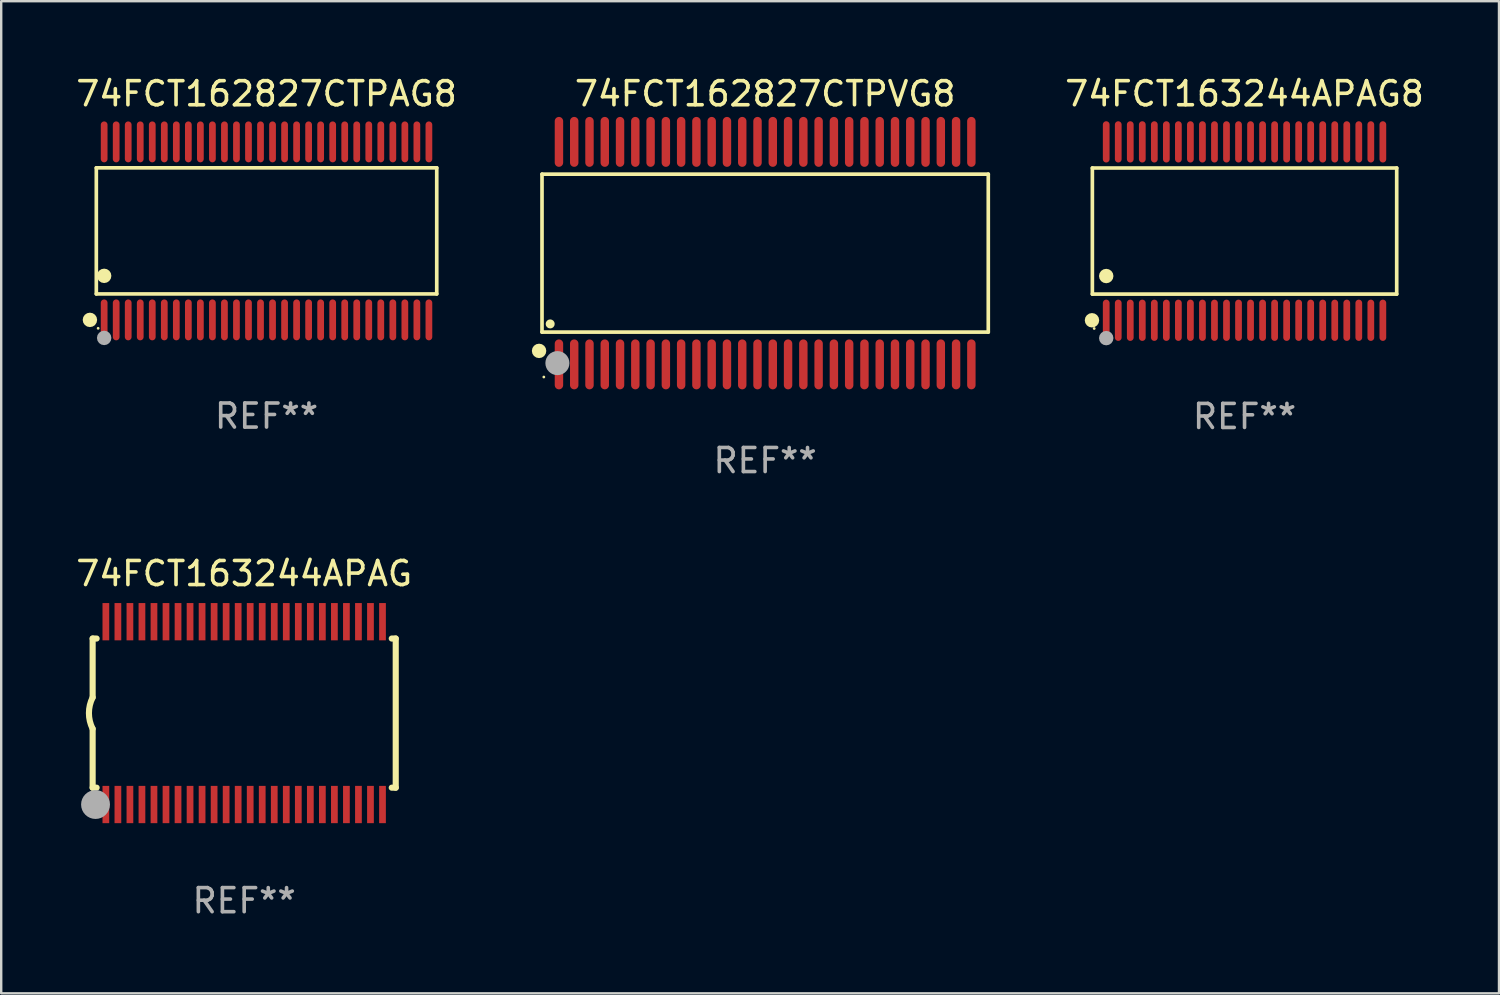
<source format=kicad_pcb>
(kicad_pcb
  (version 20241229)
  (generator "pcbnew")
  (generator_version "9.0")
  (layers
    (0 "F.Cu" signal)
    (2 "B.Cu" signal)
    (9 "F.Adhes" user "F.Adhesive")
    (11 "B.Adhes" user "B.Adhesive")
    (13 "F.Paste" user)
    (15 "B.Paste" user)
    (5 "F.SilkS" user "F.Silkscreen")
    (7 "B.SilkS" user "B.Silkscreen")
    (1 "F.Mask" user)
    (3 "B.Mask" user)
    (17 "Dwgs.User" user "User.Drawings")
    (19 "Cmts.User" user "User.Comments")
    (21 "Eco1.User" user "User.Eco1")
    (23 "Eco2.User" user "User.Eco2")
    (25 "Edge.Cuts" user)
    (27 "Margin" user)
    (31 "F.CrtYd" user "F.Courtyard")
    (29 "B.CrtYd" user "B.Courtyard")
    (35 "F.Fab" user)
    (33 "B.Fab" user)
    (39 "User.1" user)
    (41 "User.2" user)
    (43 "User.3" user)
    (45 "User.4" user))
  (footprint "74FCT163244APAG"
    (layer "F.Cu")
    (at 7.101 26.595)
    (property "Reference" "74FCT163244APAG" (at 0 -5.8 0) (layer "F.SilkS") (effects (font (size 1 1) (thickness 0.15))))
    (attr through_hole)
    (fp_line (start -6.3 -3.1) (end -6.3 -0.65) (stroke (width 0.254) (type solid)) (layer "F.SilkS"))
    (fp_line (start -6.3 -3.1) (end -6.134 -3.1) (stroke (width 0.254) (type solid)) (layer "F.SilkS"))
    (fp_line (start -6.3 3.1) (end -6.3 0.65) (stroke (width 0.254) (type solid)) (layer "F.SilkS"))
    (fp_line (start -6.3 3.1) (end -6.134 3.1) (stroke (width 0.254) (type solid)) (layer "F.SilkS"))
    (fp_line (start 6.134 -3.1) (end 6.3 -3.1) (stroke (width 0.254) (type solid)) (layer "F.SilkS"))
    (fp_line (start 6.134 3.1) (end 6.3 3.1) (stroke (width 0.254) (type solid)) (layer "F.SilkS"))
    (fp_line (start 6.3 -3.1) (end 6.3 3.1) (stroke (width 0.254) (type solid)) (layer "F.SilkS"))
    (fp_arc (start -6.301016 0.650114) (mid -6.45413 -0.000082) (end -6.3 -0.650038) (stroke (width 0.254001) (type solid)) (layer "F.SilkS"))
    (fp_circle (center -6.35 3.81) (end -6.223 3.81) (stroke (width 0.254) (type solid)) (fill no) (layer "F.SilkS"))
    (fp_circle (center -6.25 4.05) (end -6.22 4.05) (stroke (width 0.06) (type solid)) (fill no) (layer "F.SilkS"))
    (fp_circle (center -6.18 3.8) (end -5.88 3.8) (stroke (width 0.6) (type solid)) (fill no) (layer "F.Fab"))
    (fp_text user "REF**" (at 0 7.8 0) (layer "F.Fab") (effects (font (size 1 1) (thickness 0.15))))
    (pad "1" smd rect (at -5.75 3.8) (size 0.28 1.55) (layers "F.Cu" "F.Mask" "F.Paste"))
    (pad "2" smd rect (at -5.25 3.8) (size 0.28 1.55) (layers "F.Cu" "F.Mask" "F.Paste"))
    (pad "3" smd rect (at -4.75 3.8) (size 0.28 1.55) (layers "F.Cu" "F.Mask" "F.Paste"))
    (pad "4" smd rect (at -4.25 3.8) (size 0.28 1.55) (layers "F.Cu" "F.Mask" "F.Paste"))
    (pad "5" smd rect (at -3.75 3.8) (size 0.28 1.55) (layers "F.Cu" "F.Mask" "F.Paste"))
    (pad "6" smd rect (at -3.25 3.8) (size 0.28 1.55) (layers "F.Cu" "F.Mask" "F.Paste"))
    (pad "7" smd rect (at -2.75 3.8) (size 0.28 1.55) (layers "F.Cu" "F.Mask" "F.Paste"))
    (pad "8" smd rect (at -2.25 3.8) (size 0.28 1.55) (layers "F.Cu" "F.Mask" "F.Paste"))
    (pad "9" smd rect (at -1.75 3.8) (size 0.28 1.55) (layers "F.Cu" "F.Mask" "F.Paste"))
    (pad "10" smd rect (at -1.25 3.8) (size 0.28 1.55) (layers "F.Cu" "F.Mask" "F.Paste"))
    (pad "11" smd rect (at -0.75 3.8) (size 0.28 1.55) (layers "F.Cu" "F.Mask" "F.Paste"))
    (pad "12" smd rect (at -0.25 3.8) (size 0.28 1.55) (layers "F.Cu" "F.Mask" "F.Paste"))
    (pad "13" smd rect (at 0.25 3.8) (size 0.28 1.55) (layers "F.Cu" "F.Mask" "F.Paste"))
    (pad "14" smd rect (at 0.75 3.8) (size 0.28 1.55) (layers "F.Cu" "F.Mask" "F.Paste"))
    (pad "15" smd rect (at 1.25 3.8) (size 0.28 1.55) (layers "F.Cu" "F.Mask" "F.Paste"))
    (pad "16" smd rect (at 1.75 3.8) (size 0.28 1.55) (layers "F.Cu" "F.Mask" "F.Paste"))
    (pad "17" smd rect (at 2.25 3.8) (size 0.28 1.55) (layers "F.Cu" "F.Mask" "F.Paste"))
    (pad "18" smd rect (at 2.75 3.8) (size 0.28 1.55) (layers "F.Cu" "F.Mask" "F.Paste"))
    (pad "19" smd rect (at 3.25 3.8) (size 0.28 1.55) (layers "F.Cu" "F.Mask" "F.Paste"))
    (pad "20" smd rect (at 3.75 3.8) (size 0.28 1.55) (layers "F.Cu" "F.Mask" "F.Paste"))
    (pad "21" smd rect (at 4.25 3.8) (size 0.28 1.55) (layers "F.Cu" "F.Mask" "F.Paste"))
    (pad "22" smd rect (at 4.75 3.8) (size 0.28 1.55) (layers "F.Cu" "F.Mask" "F.Paste"))
    (pad "23" smd rect (at 5.25 3.8) (size 0.28 1.55) (layers "F.Cu" "F.Mask" "F.Paste"))
    (pad "24" smd rect (at 5.75 3.8) (size 0.28 1.55) (layers "F.Cu" "F.Mask" "F.Paste"))
    (pad "25" smd rect (at 5.75 -3.8) (size 0.28 1.55) (layers "F.Cu" "F.Mask" "F.Paste"))
    (pad "26" smd rect (at 5.25 -3.8) (size 0.28 1.55) (layers "F.Cu" "F.Mask" "F.Paste"))
    (pad "27" smd rect (at 4.75 -3.8) (size 0.28 1.55) (layers "F.Cu" "F.Mask" "F.Paste"))
    (pad "28" smd rect (at 4.25 -3.8) (size 0.28 1.55) (layers "F.Cu" "F.Mask" "F.Paste"))
    (pad "29" smd rect (at 3.75 -3.8) (size 0.28 1.55) (layers "F.Cu" "F.Mask" "F.Paste"))
    (pad "30" smd rect (at 3.25 -3.8) (size 0.28 1.55) (layers "F.Cu" "F.Mask" "F.Paste"))
    (pad "31" smd rect (at 2.75 -3.8) (size 0.28 1.55) (layers "F.Cu" "F.Mask" "F.Paste"))
    (pad "32" smd rect (at 2.25 -3.8) (size 0.28 1.55) (layers "F.Cu" "F.Mask" "F.Paste"))
    (pad "33" smd rect (at 1.75 -3.8) (size 0.28 1.55) (layers "F.Cu" "F.Mask" "F.Paste"))
    (pad "34" smd rect (at 1.25 -3.8) (size 0.28 1.55) (layers "F.Cu" "F.Mask" "F.Paste"))
    (pad "35" smd rect (at 0.75 -3.8) (size 0.28 1.55) (layers "F.Cu" "F.Mask" "F.Paste"))
    (pad "36" smd rect (at 0.25 -3.8) (size 0.28 1.55) (layers "F.Cu" "F.Mask" "F.Paste"))
    (pad "37" smd rect (at -0.25 -3.8) (size 0.28 1.55) (layers "F.Cu" "F.Mask" "F.Paste"))
    (pad "38" smd rect (at -0.75 -3.8) (size 0.28 1.55) (layers "F.Cu" "F.Mask" "F.Paste"))
    (pad "39" smd rect (at -1.25 -3.8) (size 0.28 1.55) (layers "F.Cu" "F.Mask" "F.Paste"))
    (pad "40" smd rect (at -1.75 -3.8) (size 0.28 1.55) (layers "F.Cu" "F.Mask" "F.Paste"))
    (pad "41" smd rect (at -2.25 -3.8) (size 0.28 1.55) (layers "F.Cu" "F.Mask" "F.Paste"))
    (pad "42" smd rect (at -2.75 -3.8) (size 0.28 1.55) (layers "F.Cu" "F.Mask" "F.Paste"))
    (pad "43" smd rect (at -3.25 -3.8) (size 0.28 1.55) (layers "F.Cu" "F.Mask" "F.Paste"))
    (pad "44" smd rect (at -3.75 -3.8) (size 0.28 1.55) (layers "F.Cu" "F.Mask" "F.Paste"))
    (pad "45" smd rect (at -4.25 -3.8) (size 0.28 1.55) (layers "F.Cu" "F.Mask" "F.Paste"))
    (pad "46" smd rect (at -4.75 -3.8) (size 0.28 1.55) (layers "F.Cu" "F.Mask" "F.Paste"))
    (pad "47" smd rect (at -5.25 -3.8) (size 0.28 1.55) (layers "F.Cu" "F.Mask" "F.Paste"))
    (pad "48" smd rect (at -5.75 -3.8) (size 0.28 1.55) (layers "F.Cu" "F.Mask" "F.Paste")))
  (footprint "74FCT162827CTPAG8"
    (layer "F.Cu")
    (at 8.03 6.548)
    (property "Reference" "74FCT162827CTPAG8" (at 0 -5.7 0) (layer "F.SilkS") (effects (font (size 1 1) (thickness 0.15))))
    (attr through_hole)
    (fp_line (start -7.076 -2.621) (end 7.076 -2.621) (stroke (width 0.152) (type solid)) (layer "F.SilkS"))
    (fp_line (start -7.076 2.621) (end -7.076 -2.621) (stroke (width 0.152) (type solid)) (layer "F.SilkS"))
    (fp_line (start 7.076 -2.621) (end 7.076 2.621) (stroke (width 0.152) (type solid)) (layer "F.SilkS"))
    (fp_line (start 7.076 2.621) (end -7.076 2.621) (stroke (width 0.152) (type solid)) (layer "F.SilkS"))
    (fp_circle (center -7.342 3.7) (end -7.192 3.7) (stroke (width 0.3) (type solid)) (fill no) (layer "F.SilkS"))
    (fp_circle (center -7 4.05) (end -6.97 4.05) (stroke (width 0.06) (type solid)) (fill no) (layer "F.SilkS"))
    (fp_circle (center -6.75 1.869) (end -6.6 1.869) (stroke (width 0.3) (type solid)) (fill no) (layer "F.SilkS"))
    (fp_circle (center -6.75 4.45) (end -6.6 4.45) (stroke (width 0.3) (type solid)) (fill no) (layer "F.Fab"))
    (fp_text user "REF**" (at 0 7.7 0) (layer "F.Fab") (effects (font (size 1 1) (thickness 0.15))))
    (pad "1" smd oval (at -6.75 3.7) (size 0.28 1.7) (layers "F.Cu" "F.Mask" "F.Paste"))
    (pad "2" smd oval (at -6.25 3.7) (size 0.28 1.7) (layers "F.Cu" "F.Mask" "F.Paste"))
    (pad "3" smd oval (at -5.75 3.7) (size 0.28 1.7) (layers "F.Cu" "F.Mask" "F.Paste"))
    (pad "4" smd oval (at -5.25 3.7) (size 0.28 1.7) (layers "F.Cu" "F.Mask" "F.Paste"))
    (pad "5" smd oval (at -4.75 3.7) (size 0.28 1.7) (layers "F.Cu" "F.Mask" "F.Paste"))
    (pad "6" smd oval (at -4.25 3.7) (size 0.28 1.7) (layers "F.Cu" "F.Mask" "F.Paste"))
    (pad "7" smd oval (at -3.75 3.7) (size 0.28 1.7) (layers "F.Cu" "F.Mask" "F.Paste"))
    (pad "8" smd oval (at -3.25 3.7) (size 0.28 1.7) (layers "F.Cu" "F.Mask" "F.Paste"))
    (pad "9" smd oval (at -2.75 3.7) (size 0.28 1.7) (layers "F.Cu" "F.Mask" "F.Paste"))
    (pad "10" smd oval (at -2.25 3.7) (size 0.28 1.7) (layers "F.Cu" "F.Mask" "F.Paste"))
    (pad "11" smd oval (at -1.75 3.7) (size 0.28 1.7) (layers "F.Cu" "F.Mask" "F.Paste"))
    (pad "12" smd oval (at -1.25 3.7) (size 0.28 1.7) (layers "F.Cu" "F.Mask" "F.Paste"))
    (pad "13" smd oval (at -0.75 3.7) (size 0.28 1.7) (layers "F.Cu" "F.Mask" "F.Paste"))
    (pad "14" smd oval (at -0.25 3.7) (size 0.28 1.7) (layers "F.Cu" "F.Mask" "F.Paste"))
    (pad "15" smd oval (at 0.25 3.7) (size 0.28 1.7) (layers "F.Cu" "F.Mask" "F.Paste"))
    (pad "16" smd oval (at 0.75 3.7) (size 0.28 1.7) (layers "F.Cu" "F.Mask" "F.Paste"))
    (pad "17" smd oval (at 1.25 3.7) (size 0.28 1.7) (layers "F.Cu" "F.Mask" "F.Paste"))
    (pad "18" smd oval (at 1.75 3.7) (size 0.28 1.7) (layers "F.Cu" "F.Mask" "F.Paste"))
    (pad "19" smd oval (at 2.25 3.7) (size 0.28 1.7) (layers "F.Cu" "F.Mask" "F.Paste"))
    (pad "20" smd oval (at 2.75 3.7) (size 0.28 1.7) (layers "F.Cu" "F.Mask" "F.Paste"))
    (pad "21" smd oval (at 3.25 3.7) (size 0.28 1.7) (layers "F.Cu" "F.Mask" "F.Paste"))
    (pad "22" smd oval (at 3.75 3.7) (size 0.28 1.7) (layers "F.Cu" "F.Mask" "F.Paste"))
    (pad "23" smd oval (at 4.25 3.7) (size 0.28 1.7) (layers "F.Cu" "F.Mask" "F.Paste"))
    (pad "24" smd oval (at 4.75 3.7) (size 0.28 1.7) (layers "F.Cu" "F.Mask" "F.Paste"))
    (pad "25" smd oval (at 5.25 3.7) (size 0.28 1.7) (layers "F.Cu" "F.Mask" "F.Paste"))
    (pad "26" smd oval (at 5.75 3.7) (size 0.28 1.7) (layers "F.Cu" "F.Mask" "F.Paste"))
    (pad "27" smd oval (at 6.25 3.7) (size 0.28 1.7) (layers "F.Cu" "F.Mask" "F.Paste"))
    (pad "28" smd oval (at 6.75 3.7) (size 0.28 1.7) (layers "F.Cu" "F.Mask" "F.Paste"))
    (pad "29" smd oval (at 6.75 -3.7) (size 0.28 1.7) (layers "F.Cu" "F.Mask" "F.Paste"))
    (pad "30" smd oval (at 6.25 -3.7) (size 0.28 1.7) (layers "F.Cu" "F.Mask" "F.Paste"))
    (pad "31" smd oval (at 5.75 -3.7) (size 0.28 1.7) (layers "F.Cu" "F.Mask" "F.Paste"))
    (pad "32" smd oval (at 5.25 -3.7) (size 0.28 1.7) (layers "F.Cu" "F.Mask" "F.Paste"))
    (pad "33" smd oval (at 4.75 -3.7) (size 0.28 1.7) (layers "F.Cu" "F.Mask" "F.Paste"))
    (pad "34" smd oval (at 4.25 -3.7) (size 0.28 1.7) (layers "F.Cu" "F.Mask" "F.Paste"))
    (pad "35" smd oval (at 3.75 -3.7) (size 0.28 1.7) (layers "F.Cu" "F.Mask" "F.Paste"))
    (pad "36" smd oval (at 3.25 -3.7) (size 0.28 1.7) (layers "F.Cu" "F.Mask" "F.Paste"))
    (pad "37" smd oval (at 2.75 -3.7) (size 0.28 1.7) (layers "F.Cu" "F.Mask" "F.Paste"))
    (pad "38" smd oval (at 2.25 -3.7) (size 0.28 1.7) (layers "F.Cu" "F.Mask" "F.Paste"))
    (pad "39" smd oval (at 1.75 -3.7) (size 0.28 1.7) (layers "F.Cu" "F.Mask" "F.Paste"))
    (pad "40" smd oval (at 1.25 -3.7) (size 0.28 1.7) (layers "F.Cu" "F.Mask" "F.Paste"))
    (pad "41" smd oval (at 0.75 -3.7) (size 0.28 1.7) (layers "F.Cu" "F.Mask" "F.Paste"))
    (pad "42" smd oval (at 0.25 -3.7) (size 0.28 1.7) (layers "F.Cu" "F.Mask" "F.Paste"))
    (pad "43" smd oval (at -0.25 -3.7) (size 0.28 1.7) (layers "F.Cu" "F.Mask" "F.Paste"))
    (pad "44" smd oval (at -0.75 -3.7) (size 0.28 1.7) (layers "F.Cu" "F.Mask" "F.Paste"))
    (pad "45" smd oval (at -1.25 -3.7) (size 0.28 1.7) (layers "F.Cu" "F.Mask" "F.Paste"))
    (pad "46" smd oval (at -1.75 -3.7) (size 0.28 1.7) (layers "F.Cu" "F.Mask" "F.Paste"))
    (pad "47" smd oval (at -2.25 -3.7) (size 0.28 1.7) (layers "F.Cu" "F.Mask" "F.Paste"))
    (pad "48" smd oval (at -2.75 -3.7) (size 0.28 1.7) (layers "F.Cu" "F.Mask" "F.Paste"))
    (pad "49" smd oval (at -3.25 -3.7) (size 0.28 1.7) (layers "F.Cu" "F.Mask" "F.Paste"))
    (pad "50" smd oval (at -3.75 -3.7) (size 0.28 1.7) (layers "F.Cu" "F.Mask" "F.Paste"))
    (pad "51" smd oval (at -4.25 -3.7) (size 0.28 1.7) (layers "F.Cu" "F.Mask" "F.Paste"))
    (pad "52" smd oval (at -4.75 -3.7) (size 0.28 1.7) (layers "F.Cu" "F.Mask" "F.Paste"))
    (pad "53" smd oval (at -5.25 -3.7) (size 0.28 1.7) (layers "F.Cu" "F.Mask" "F.Paste"))
    (pad "54" smd oval (at -5.75 -3.7) (size 0.28 1.7) (layers "F.Cu" "F.Mask" "F.Paste"))
    (pad "55" smd oval (at -6.25 -3.7) (size 0.28 1.7) (layers "F.Cu" "F.Mask" "F.Paste"))
    (pad "56" smd oval (at -6.75 -3.7) (size 0.28 1.7) (layers "F.Cu" "F.Mask" "F.Paste")))
  (footprint "74FCT163244APAG8"
    (layer "F.Cu")
    (at 48.687 6.556)
    (property "Reference" "74FCT163244APAG8" (at 0 -5.708 0) (layer "F.SilkS") (effects (font (size 1 1) (thickness 0.15))))
    (attr through_hole)
    (fp_line (start -6.326 -2.622) (end 6.326 -2.622) (stroke (width 0.152) (type solid)) (layer "F.SilkS"))
    (fp_line (start -6.326 2.621) (end -6.326 -2.622) (stroke (width 0.152) (type solid)) (layer "F.SilkS"))
    (fp_line (start 6.326 -2.622) (end 6.326 2.621) (stroke (width 0.152) (type solid)) (layer "F.SilkS"))
    (fp_line (start 6.326 2.621) (end -6.326 2.621) (stroke (width 0.152) (type solid)) (layer "F.SilkS"))
    (fp_circle (center -6.342 3.708) (end -6.192 3.708) (stroke (width 0.3) (type solid)) (fill no) (layer "F.SilkS"))
    (fp_circle (center -6.25 4.05) (end -6.22 4.05) (stroke (width 0.06) (type solid)) (fill no) (layer "F.SilkS"))
    (fp_circle (center -5.75 1.869) (end -5.6 1.869) (stroke (width 0.3) (type solid)) (fill no) (layer "F.SilkS"))
    (fp_circle (center -5.75 4.45) (end -5.6 4.45) (stroke (width 0.3) (type solid)) (fill no) (layer "F.Fab"))
    (fp_text user "REF**" (at 0 7.708 0) (layer "F.Fab") (effects (font (size 1 1) (thickness 0.15))))
    (pad "1" smd oval (at -5.75 3.708) (size 0.28 1.715) (layers "F.Cu" "F.Mask" "F.Paste"))
    (pad "2" smd oval (at -5.25 3.708) (size 0.28 1.715) (layers "F.Cu" "F.Mask" "F.Paste"))
    (pad "3" smd oval (at -4.75 3.708) (size 0.28 1.715) (layers "F.Cu" "F.Mask" "F.Paste"))
    (pad "4" smd oval (at -4.25 3.708) (size 0.28 1.715) (layers "F.Cu" "F.Mask" "F.Paste"))
    (pad "5" smd oval (at -3.75 3.708) (size 0.28 1.715) (layers "F.Cu" "F.Mask" "F.Paste"))
    (pad "6" smd oval (at -3.25 3.708) (size 0.28 1.715) (layers "F.Cu" "F.Mask" "F.Paste"))
    (pad "7" smd oval (at -2.75 3.708) (size 0.28 1.715) (layers "F.Cu" "F.Mask" "F.Paste"))
    (pad "8" smd oval (at -2.25 3.708) (size 0.28 1.715) (layers "F.Cu" "F.Mask" "F.Paste"))
    (pad "9" smd oval (at -1.75 3.708) (size 0.28 1.715) (layers "F.Cu" "F.Mask" "F.Paste"))
    (pad "10" smd oval (at -1.25 3.708) (size 0.28 1.715) (layers "F.Cu" "F.Mask" "F.Paste"))
    (pad "11" smd oval (at -0.75 3.708) (size 0.28 1.715) (layers "F.Cu" "F.Mask" "F.Paste"))
    (pad "12" smd oval (at -0.25 3.708) (size 0.28 1.715) (layers "F.Cu" "F.Mask" "F.Paste"))
    (pad "13" smd oval (at 0.25 3.708) (size 0.28 1.715) (layers "F.Cu" "F.Mask" "F.Paste"))
    (pad "14" smd oval (at 0.75 3.708) (size 0.28 1.715) (layers "F.Cu" "F.Mask" "F.Paste"))
    (pad "15" smd oval (at 1.25 3.708) (size 0.28 1.715) (layers "F.Cu" "F.Mask" "F.Paste"))
    (pad "16" smd oval (at 1.75 3.708) (size 0.28 1.715) (layers "F.Cu" "F.Mask" "F.Paste"))
    (pad "17" smd oval (at 2.25 3.708) (size 0.28 1.715) (layers "F.Cu" "F.Mask" "F.Paste"))
    (pad "18" smd oval (at 2.75 3.708) (size 0.28 1.715) (layers "F.Cu" "F.Mask" "F.Paste"))
    (pad "19" smd oval (at 3.25 3.708) (size 0.28 1.715) (layers "F.Cu" "F.Mask" "F.Paste"))
    (pad "20" smd oval (at 3.75 3.708) (size 0.28 1.715) (layers "F.Cu" "F.Mask" "F.Paste"))
    (pad "21" smd oval (at 4.25 3.708) (size 0.28 1.715) (layers "F.Cu" "F.Mask" "F.Paste"))
    (pad "22" smd oval (at 4.75 3.708) (size 0.28 1.715) (layers "F.Cu" "F.Mask" "F.Paste"))
    (pad "23" smd oval (at 5.25 3.708) (size 0.28 1.715) (layers "F.Cu" "F.Mask" "F.Paste"))
    (pad "24" smd oval (at 5.75 3.708) (size 0.28 1.715) (layers "F.Cu" "F.Mask" "F.Paste"))
    (pad "25" smd oval (at 5.75 -3.708) (size 0.28 1.715) (layers "F.Cu" "F.Mask" "F.Paste"))
    (pad "26" smd oval (at 5.25 -3.708) (size 0.28 1.715) (layers "F.Cu" "F.Mask" "F.Paste"))
    (pad "27" smd oval (at 4.75 -3.708) (size 0.28 1.715) (layers "F.Cu" "F.Mask" "F.Paste"))
    (pad "28" smd oval (at 4.25 -3.708) (size 0.28 1.715) (layers "F.Cu" "F.Mask" "F.Paste"))
    (pad "29" smd oval (at 3.75 -3.708) (size 0.28 1.715) (layers "F.Cu" "F.Mask" "F.Paste"))
    (pad "30" smd oval (at 3.25 -3.708) (size 0.28 1.715) (layers "F.Cu" "F.Mask" "F.Paste"))
    (pad "31" smd oval (at 2.75 -3.708) (size 0.28 1.715) (layers "F.Cu" "F.Mask" "F.Paste"))
    (pad "32" smd oval (at 2.25 -3.708) (size 0.28 1.715) (layers "F.Cu" "F.Mask" "F.Paste"))
    (pad "33" smd oval (at 1.75 -3.708) (size 0.28 1.715) (layers "F.Cu" "F.Mask" "F.Paste"))
    (pad "34" smd oval (at 1.25 -3.708) (size 0.28 1.715) (layers "F.Cu" "F.Mask" "F.Paste"))
    (pad "35" smd oval (at 0.75 -3.708) (size 0.28 1.715) (layers "F.Cu" "F.Mask" "F.Paste"))
    (pad "36" smd oval (at 0.25 -3.708) (size 0.28 1.715) (layers "F.Cu" "F.Mask" "F.Paste"))
    (pad "37" smd oval (at -0.25 -3.708) (size 0.28 1.715) (layers "F.Cu" "F.Mask" "F.Paste"))
    (pad "38" smd oval (at -0.75 -3.708) (size 0.28 1.715) (layers "F.Cu" "F.Mask" "F.Paste"))
    (pad "39" smd oval (at -1.25 -3.708) (size 0.28 1.715) (layers "F.Cu" "F.Mask" "F.Paste"))
    (pad "40" smd oval (at -1.75 -3.708) (size 0.28 1.715) (layers "F.Cu" "F.Mask" "F.Paste"))
    (pad "41" smd oval (at -2.25 -3.708) (size 0.28 1.715) (layers "F.Cu" "F.Mask" "F.Paste"))
    (pad "42" smd oval (at -2.75 -3.708) (size 0.28 1.715) (layers "F.Cu" "F.Mask" "F.Paste"))
    (pad "43" smd oval (at -3.25 -3.708) (size 0.28 1.715) (layers "F.Cu" "F.Mask" "F.Paste"))
    (pad "44" smd oval (at -3.75 -3.708) (size 0.28 1.715) (layers "F.Cu" "F.Mask" "F.Paste"))
    (pad "45" smd oval (at -4.25 -3.708) (size 0.28 1.715) (layers "F.Cu" "F.Mask" "F.Paste"))
    (pad "46" smd oval (at -4.75 -3.708) (size 0.28 1.715) (layers "F.Cu" "F.Mask" "F.Paste"))
    (pad "47" smd oval (at -5.25 -3.708) (size 0.28 1.715) (layers "F.Cu" "F.Mask" "F.Paste"))
    (pad "48" smd oval (at -5.75 -3.708) (size 0.28 1.715) (layers "F.Cu" "F.Mask" "F.Paste")))
  (footprint "74FCT162827CTPVG8"
    (layer "F.Cu")
    (at 28.758 7.473)
    (property "Reference" "74FCT162827CTPVG8" (at 0 -6.625 0) (layer "F.SilkS") (effects (font (size 1 1) (thickness 0.15))))
    (attr through_hole)
    (fp_line (start -9.276 -3.283) (end 9.276 -3.283) (stroke (width 0.152) (type solid)) (layer "F.SilkS"))
    (fp_line (start -9.276 3.283) (end -9.276 -3.283) (stroke (width 0.152) (type solid)) (layer "F.SilkS"))
    (fp_line (start 9.276 -3.283) (end 9.276 3.283) (stroke (width 0.152) (type solid)) (layer "F.SilkS"))
    (fp_line (start 9.276 3.283) (end -9.276 3.283) (stroke (width 0.152) (type solid)) (layer "F.SilkS"))
    (fp_circle (center -9.398 4.064) (end -9.248 4.064) (stroke (width 0.3) (type solid)) (fill no) (layer "F.SilkS"))
    (fp_circle (center -9.2 5.15) (end -9.17 5.15) (stroke (width 0.06) (type solid)) (fill no) (layer "F.SilkS"))
    (fp_circle (center -8.936 2.943) (end -8.842 2.943) (stroke (width 0.188) (type solid)) (fill no) (layer "F.SilkS"))
    (fp_circle (center -8.636 4.572) (end -8.386 4.572) (stroke (width 0.5) (type solid)) (fill no) (layer "F.Fab"))
    (fp_text user "REF**" (at 0 8.625 0) (layer "F.Fab") (effects (font (size 1 1) (thickness 0.15))))
    (pad "1" smd oval (at -8.572 4.625 90) (size 2.075 0.35) (layers "F.Cu" "F.Mask" "F.Paste"))
    (pad "2" smd oval (at -7.937 4.625 90) (size 2.075 0.35) (layers "F.Cu" "F.Mask" "F.Paste"))
    (pad "3" smd oval (at -7.302 4.625 90) (size 2.075 0.35) (layers "F.Cu" "F.Mask" "F.Paste"))
    (pad "4" smd oval (at -6.667 4.625 90) (size 2.075 0.35) (layers "F.Cu" "F.Mask" "F.Paste"))
    (pad "5" smd oval (at -6.032 4.625 90) (size 2.075 0.35) (layers "F.Cu" "F.Mask" "F.Paste"))
    (pad "6" smd oval (at -5.397 4.625 90) (size 2.075 0.35) (layers "F.Cu" "F.Mask" "F.Paste"))
    (pad "7" smd oval (at -4.762 4.625 90) (size 2.075 0.35) (layers "F.Cu" "F.Mask" "F.Paste"))
    (pad "8" smd oval (at -4.127 4.625 90) (size 2.075 0.35) (layers "F.Cu" "F.Mask" "F.Paste"))
    (pad "9" smd oval (at -3.492 4.625 90) (size 2.075 0.35) (layers "F.Cu" "F.Mask" "F.Paste"))
    (pad "10" smd oval (at -2.857 4.625 90) (size 2.075 0.35) (layers "F.Cu" "F.Mask" "F.Paste"))
    (pad "11" smd oval (at -2.222 4.625 90) (size 2.075 0.35) (layers "F.Cu" "F.Mask" "F.Paste"))
    (pad "12" smd oval (at -1.587 4.625 90) (size 2.075 0.35) (layers "F.Cu" "F.Mask" "F.Paste"))
    (pad "13" smd oval (at -0.952 4.625 90) (size 2.075 0.35) (layers "F.Cu" "F.Mask" "F.Paste"))
    (pad "14" smd oval (at -0.317 4.625 90) (size 2.075 0.35) (layers "F.Cu" "F.Mask" "F.Paste"))
    (pad "15" smd oval (at 0.318 4.625 90) (size 2.075 0.35) (layers "F.Cu" "F.Mask" "F.Paste"))
    (pad "16" smd oval (at 0.953 4.625 90) (size 2.075 0.35) (layers "F.Cu" "F.Mask" "F.Paste"))
    (pad "17" smd oval (at 1.588 4.625 90) (size 2.075 0.35) (layers "F.Cu" "F.Mask" "F.Paste"))
    (pad "18" smd oval (at 2.223 4.625 90) (size 2.075 0.35) (layers "F.Cu" "F.Mask" "F.Paste"))
    (pad "19" smd oval (at 2.858 4.625 90) (size 2.075 0.35) (layers "F.Cu" "F.Mask" "F.Paste"))
    (pad "20" smd oval (at 3.493 4.625 90) (size 2.075 0.35) (layers "F.Cu" "F.Mask" "F.Paste"))
    (pad "21" smd oval (at 4.128 4.625 90) (size 2.075 0.35) (layers "F.Cu" "F.Mask" "F.Paste"))
    (pad "22" smd oval (at 4.763 4.625 90) (size 2.075 0.35) (layers "F.Cu" "F.Mask" "F.Paste"))
    (pad "23" smd oval (at 5.398 4.625 90) (size 2.075 0.35) (layers "F.Cu" "F.Mask" "F.Paste"))
    (pad "24" smd oval (at 6.033 4.625 90) (size 2.075 0.35) (layers "F.Cu" "F.Mask" "F.Paste"))
    (pad "25" smd oval (at 6.668 4.625 90) (size 2.075 0.35) (layers "F.Cu" "F.Mask" "F.Paste"))
    (pad "26" smd oval (at 7.303 4.625 90) (size 2.075 0.35) (layers "F.Cu" "F.Mask" "F.Paste"))
    (pad "27" smd oval (at 7.938 4.625 90) (size 2.075 0.35) (layers "F.Cu" "F.Mask" "F.Paste"))
    (pad "28" smd oval (at 8.573 4.625 90) (size 2.075 0.35) (layers "F.Cu" "F.Mask" "F.Paste"))
    (pad "29" smd oval (at 8.573 -4.625 90) (size 2.075 0.35) (layers "F.Cu" "F.Mask" "F.Paste"))
    (pad "30" smd oval (at 7.938 -4.625 90) (size 2.075 0.35) (layers "F.Cu" "F.Mask" "F.Paste"))
    (pad "31" smd oval (at 7.303 -4.625 90) (size 2.075 0.35) (layers "F.Cu" "F.Mask" "F.Paste"))
    (pad "32" smd oval (at 6.668 -4.625 90) (size 2.075 0.35) (layers "F.Cu" "F.Mask" "F.Paste"))
    (pad "33" smd oval (at 6.033 -4.625 90) (size 2.075 0.35) (layers "F.Cu" "F.Mask" "F.Paste"))
    (pad "34" smd oval (at 5.398 -4.625 90) (size 2.075 0.35) (layers "F.Cu" "F.Mask" "F.Paste"))
    (pad "35" smd oval (at 4.763 -4.625 90) (size 2.075 0.35) (layers "F.Cu" "F.Mask" "F.Paste"))
    (pad "36" smd oval (at 4.128 -4.625 90) (size 2.075 0.35) (layers "F.Cu" "F.Mask" "F.Paste"))
    (pad "37" smd oval (at 3.493 -4.625 90) (size 2.075 0.35) (layers "F.Cu" "F.Mask" "F.Paste"))
    (pad "38" smd oval (at 2.858 -4.625 90) (size 2.075 0.35) (layers "F.Cu" "F.Mask" "F.Paste"))
    (pad "39" smd oval (at 2.223 -4.625 90) (size 2.075 0.35) (layers "F.Cu" "F.Mask" "F.Paste"))
    (pad "40" smd oval (at 1.588 -4.625 90) (size 2.075 0.35) (layers "F.Cu" "F.Mask" "F.Paste"))
    (pad "41" smd oval (at 0.953 -4.625 90) (size 2.075 0.35) (layers "F.Cu" "F.Mask" "F.Paste"))
    (pad "42" smd oval (at 0.318 -4.625 90) (size 2.075 0.35) (layers "F.Cu" "F.Mask" "F.Paste"))
    (pad "43" smd oval (at -0.317 -4.625 90) (size 2.075 0.35) (layers "F.Cu" "F.Mask" "F.Paste"))
    (pad "44" smd oval (at -0.952 -4.625 90) (size 2.075 0.35) (layers "F.Cu" "F.Mask" "F.Paste"))
    (pad "45" smd oval (at -1.587 -4.625 90) (size 2.075 0.35) (layers "F.Cu" "F.Mask" "F.Paste"))
    (pad "46" smd oval (at -2.222 -4.625 90) (size 2.075 0.35) (layers "F.Cu" "F.Mask" "F.Paste"))
    (pad "47" smd oval (at -2.857 -4.625 90) (size 2.075 0.35) (layers "F.Cu" "F.Mask" "F.Paste"))
    (pad "48" smd oval (at -3.492 -4.625 90) (size 2.075 0.35) (layers "F.Cu" "F.Mask" "F.Paste"))
    (pad "49" smd oval (at -4.127 -4.625 90) (size 2.075 0.35) (layers "F.Cu" "F.Mask" "F.Paste"))
    (pad "50" smd oval (at -4.762 -4.625 90) (size 2.075 0.35) (layers "F.Cu" "F.Mask" "F.Paste"))
    (pad "51" smd oval (at -5.397 -4.625 90) (size 2.075 0.35) (layers "F.Cu" "F.Mask" "F.Paste"))
    (pad "52" smd oval (at -6.032 -4.625 90) (size 2.075 0.35) (layers "F.Cu" "F.Mask" "F.Paste"))
    (pad "53" smd oval (at -6.667 -4.625 90) (size 2.075 0.35) (layers "F.Cu" "F.Mask" "F.Paste"))
    (pad "54" smd oval (at -7.302 -4.625 90) (size 2.075 0.35) (layers "F.Cu" "F.Mask" "F.Paste"))
    (pad "55" smd oval (at -7.937 -4.625 90) (size 2.075 0.35) (layers "F.Cu" "F.Mask" "F.Paste"))
    (pad "56" smd oval (at -8.572 -4.625 90) (size 2.075 0.35) (layers "F.Cu" "F.Mask" "F.Paste")))
  (gr_rect
    (start -3 -3)
    (end 59.265 38.243)
    (stroke (width 0.1) (type default))
    (fill no)
    (layer "Edge.Cuts")))
</source>
